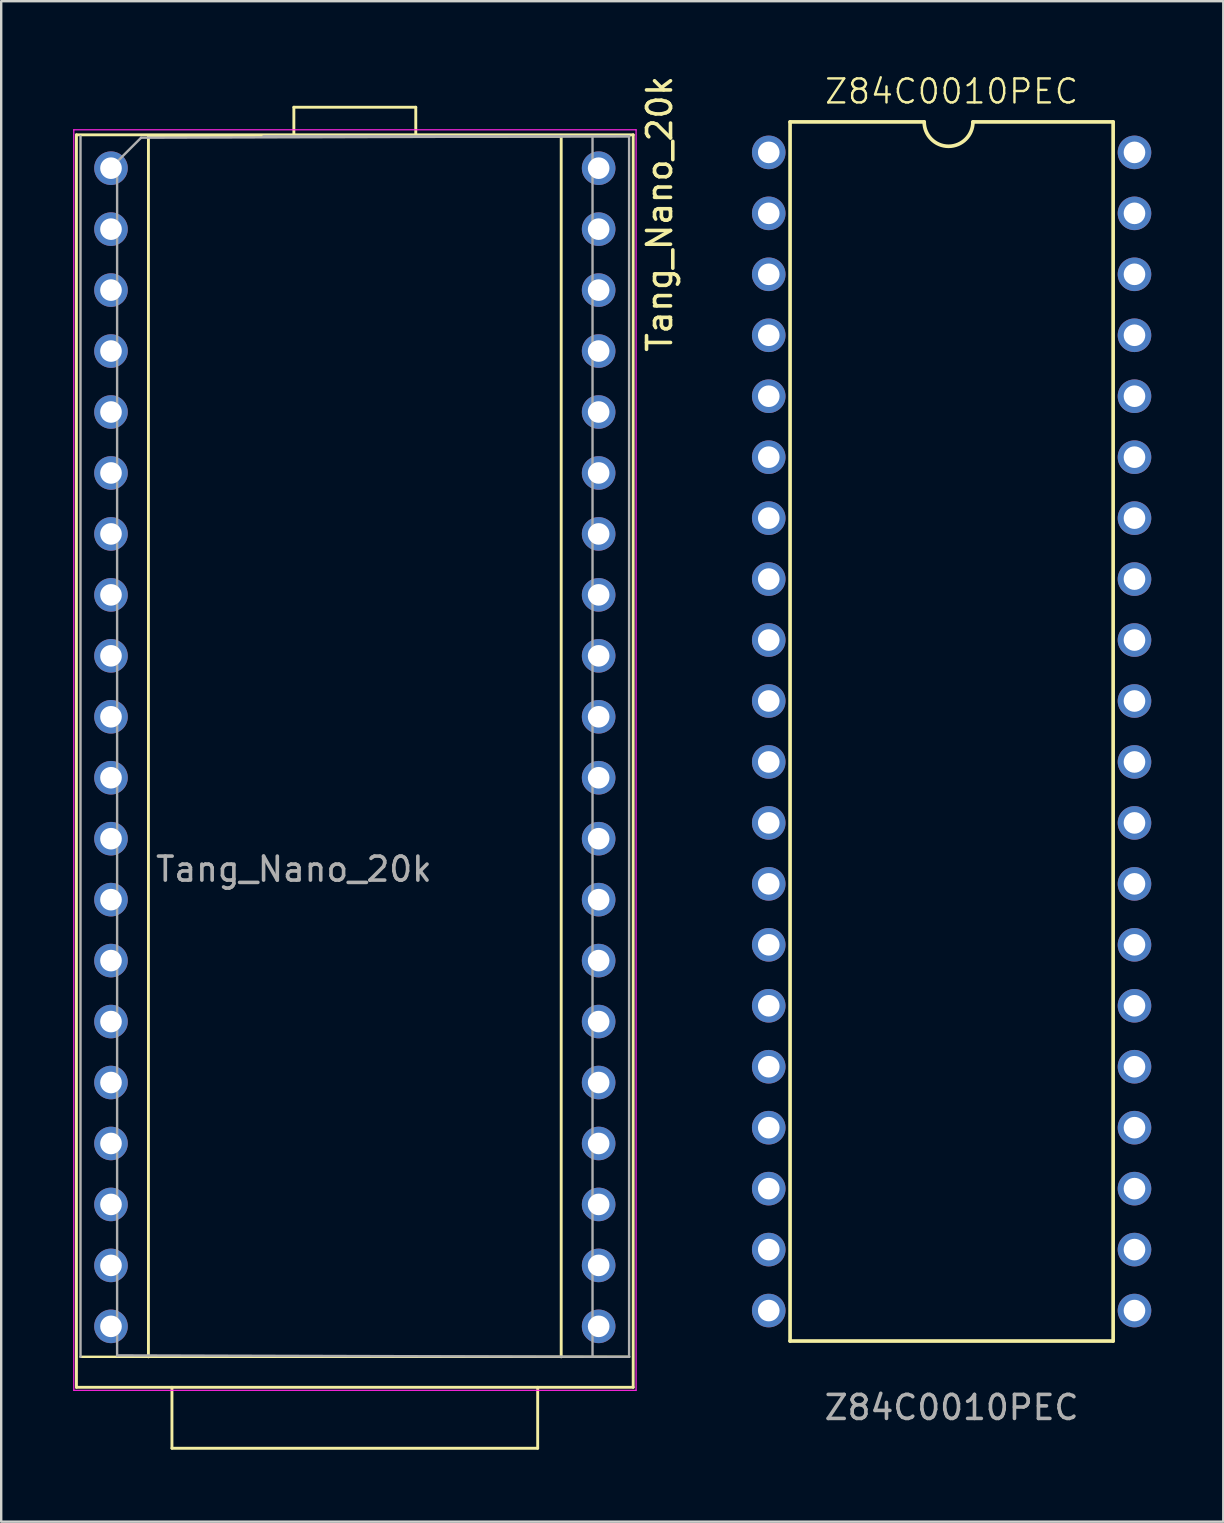
<source format=kicad_pcb>
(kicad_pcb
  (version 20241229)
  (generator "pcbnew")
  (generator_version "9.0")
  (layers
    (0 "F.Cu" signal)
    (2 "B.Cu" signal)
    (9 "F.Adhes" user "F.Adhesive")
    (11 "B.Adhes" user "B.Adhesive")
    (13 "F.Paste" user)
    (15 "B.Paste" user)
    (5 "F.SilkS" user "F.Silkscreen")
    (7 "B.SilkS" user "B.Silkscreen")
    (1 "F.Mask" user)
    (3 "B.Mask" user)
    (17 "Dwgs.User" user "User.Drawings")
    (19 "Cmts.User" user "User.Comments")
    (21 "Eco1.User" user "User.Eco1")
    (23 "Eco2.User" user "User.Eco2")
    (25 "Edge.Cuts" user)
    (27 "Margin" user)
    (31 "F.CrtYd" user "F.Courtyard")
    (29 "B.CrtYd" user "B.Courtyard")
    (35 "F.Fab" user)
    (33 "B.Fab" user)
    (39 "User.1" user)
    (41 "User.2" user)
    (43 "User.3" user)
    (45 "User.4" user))
  (footprint "Tang_Nano_20k"
    (layer "F.Cu")
    (at 1.575 3.958)
    (property "Reference" "Tang_Nano_20k" (at 22.86 1.905 90) (layer "F.SilkS") (effects (font (size 1 1) (thickness 0.15))))
    (attr through_hole)
    (fp_line (start -1.44 -1.39) (end -1.44 50.8) (stroke (width 0.12) (type solid)) (layer "F.SilkS"))
    (fp_line (start -1.44 50.8) (end 21.76 50.8) (stroke (width 0.12) (type solid)) (layer "F.SilkS"))
    (fp_line (start -1.27 49.53) (end 21.59 49.53) (stroke (width 0.1) (type solid)) (layer "F.SilkS"))
    (fp_line (start 1.56 -1.33) (end 1.56 49.53) (stroke (width 0.12) (type solid)) (layer "F.SilkS"))
    (fp_line (start 2.54 50.8) (end 2.54 53.34) (stroke (width 0.12) (type solid)) (layer "F.SilkS"))
    (fp_line (start 2.54 53.34) (end 17.78 53.34) (stroke (width 0.12) (type solid)) (layer "F.SilkS"))
    (fp_line (start 7.62 -2.54) (end 12.7 -2.54) (stroke (width 0.12) (type solid)) (layer "F.SilkS"))
    (fp_line (start 7.62 -1.33) (end 7.62 -2.54) (stroke (width 0.12) (type solid)) (layer "F.SilkS"))
    (fp_line (start 12.7 -2.54) (end 12.7 -1.397) (stroke (width 0.12) (type solid)) (layer "F.SilkS"))
    (fp_line (start 16.51 -1.33) (end 1.56 -1.33) (stroke (width 0.12) (type solid)) (layer "F.SilkS"))
    (fp_line (start 17.78 53.34) (end 17.78 50.8) (stroke (width 0.12) (type solid)) (layer "F.SilkS"))
    (fp_line (start 18.76 -1.33) (end 13.7 -1.33) (stroke (width 0.12) (type solid)) (layer "F.SilkS"))
    (fp_line (start 18.76 49.53) (end 18.76 -1.33) (stroke (width 0.12) (type solid)) (layer "F.SilkS"))
    (fp_line (start 21.76 -1.39) (end -1.44 -1.39) (stroke (width 0.12) (type solid)) (layer "F.SilkS"))
    (fp_line (start 21.76 50.8) (end 21.76 -1.39) (stroke (width 0.12) (type solid)) (layer "F.SilkS"))
    (fp_line (start -1.55 -1.6) (end -1.55 50.927) (stroke (width 0.05) (type solid)) (layer "F.CrtYd"))
    (fp_line (start -1.55 50.927) (end 21.88 50.927) (stroke (width 0.05) (type solid)) (layer "F.CrtYd"))
    (fp_line (start 21.88 -1.6) (end -1.55 -1.6) (stroke (width 0.05) (type solid)) (layer "F.CrtYd"))
    (fp_line (start 21.88 50.927) (end 21.88 -1.6) (stroke (width 0.05) (type solid)) (layer "F.CrtYd"))
    (fp_line (start -1.27 -1.33) (end -1.27 49.53) (stroke (width 0.1) (type solid)) (layer "F.Fab"))
    (fp_line (start 0.255 -0.27) (end 1.255 -1.27) (stroke (width 0.1) (type solid)) (layer "F.Fab"))
    (fp_line (start 0.255 49.47) (end 0.255 -0.27) (stroke (width 0.1) (type solid)) (layer "F.Fab"))
    (fp_line (start 1.255 -1.27) (end 21.59 -1.33) (stroke (width 0.1) (type solid)) (layer "F.Fab"))
    (fp_line (start 20.065 -1.27) (end 20.065 49.53) (stroke (width 0.1) (type solid)) (layer "F.Fab"))
    (fp_line (start 21.59 -1.33) (end 6.35 -1.33) (stroke (width 0.1) (type solid)) (layer "F.Fab"))
    (fp_line (start 21.59 49.53) (end 0.255 49.47) (stroke (width 0.1) (type solid)) (layer "F.Fab"))
    (fp_line (start 21.59 49.53) (end 21.59 -1.33) (stroke (width 0.1) (type solid)) (layer "F.Fab"))
    (fp_text user "${REFERENCE}" (at 7.62 29.21 0) (layer "F.Fab") (effects (font (size 1 1) (thickness 0.15))))
    (pad "1" thru_hole circle (at 0 0) (size 1.4 1.4) (drill 0.9) (layers "*.Cu" "*.Mask"))
    (pad "2" thru_hole circle (at 0 2.54) (size 1.4 1.4) (drill 0.9) (layers "*.Cu" "*.Mask"))
    (pad "3" thru_hole circle (at 0 5.08) (size 1.4 1.4) (drill 0.9) (layers "*.Cu" "*.Mask"))
    (pad "4" thru_hole circle (at 0 7.62) (size 1.4 1.4) (drill 0.9) (layers "*.Cu" "*.Mask"))
    (pad "5" thru_hole circle (at 0 10.16) (size 1.4 1.4) (drill 0.9) (layers "*.Cu" "*.Mask"))
    (pad "6" thru_hole circle (at 0 12.7) (size 1.4 1.4) (drill 0.9) (layers "*.Cu" "*.Mask"))
    (pad "7" thru_hole circle (at 0 15.24) (size 1.4 1.4) (drill 0.9) (layers "*.Cu" "*.Mask"))
    (pad "8" thru_hole circle (at 0 17.78) (size 1.4 1.4) (drill 0.9) (layers "*.Cu" "*.Mask"))
    (pad "9" thru_hole circle (at 0 20.32) (size 1.4 1.4) (drill 0.9) (layers "*.Cu" "*.Mask"))
    (pad "10" thru_hole circle (at 0 22.86) (size 1.4 1.4) (drill 0.9) (layers "*.Cu" "*.Mask"))
    (pad "11" thru_hole circle (at 0 25.4) (size 1.4 1.4) (drill 0.9) (layers "*.Cu" "*.Mask"))
    (pad "12" thru_hole circle (at 0 27.94) (size 1.4 1.4) (drill 0.9) (layers "*.Cu" "*.Mask"))
    (pad "13" thru_hole circle (at 0 30.48) (size 1.4 1.4) (drill 0.9) (layers "*.Cu" "*.Mask"))
    (pad "14" thru_hole circle (at 0 33.02) (size 1.4 1.4) (drill 0.9) (layers "*.Cu" "*.Mask"))
    (pad "15" thru_hole circle (at 0 35.56) (size 1.4 1.4) (drill 0.9) (layers "*.Cu" "*.Mask"))
    (pad "16" thru_hole circle (at 0 38.1) (size 1.4 1.4) (drill 0.9) (layers "*.Cu" "*.Mask"))
    (pad "17" thru_hole circle (at 0 40.64) (size 1.4 1.4) (drill 0.9) (layers "*.Cu" "*.Mask"))
    (pad "18" thru_hole circle (at 0 43.18) (size 1.4 1.4) (drill 0.9) (layers "*.Cu" "*.Mask"))
    (pad "19" thru_hole circle (at 0 45.72) (size 1.4 1.4) (drill 0.9) (layers "*.Cu" "*.Mask"))
    (pad "20" thru_hole circle (at 0 48.26) (size 1.4 1.4) (drill 0.9) (layers "*.Cu" "*.Mask"))
    (pad "21" thru_hole circle (at 20.32 48.26) (size 1.4 1.4) (drill 0.9) (layers "*.Cu" "*.Mask"))
    (pad "22" thru_hole circle (at 20.32 45.72) (size 1.4 1.4) (drill 0.9) (layers "*.Cu" "*.Mask"))
    (pad "23" thru_hole circle (at 20.32 43.18) (size 1.4 1.4) (drill 0.9) (layers "*.Cu" "*.Mask"))
    (pad "24" thru_hole circle (at 20.32 40.64) (size 1.4 1.4) (drill 0.9) (layers "*.Cu" "*.Mask"))
    (pad "25" thru_hole circle (at 20.32 38.1) (size 1.4 1.4) (drill 0.9) (layers "*.Cu" "*.Mask"))
    (pad "26" thru_hole circle (at 20.32 35.56) (size 1.4 1.4) (drill 0.9) (layers "*.Cu" "*.Mask"))
    (pad "27" thru_hole circle (at 20.32 33.02) (size 1.4 1.4) (drill 0.9) (layers "*.Cu" "*.Mask"))
    (pad "28" thru_hole circle (at 20.32 30.48) (size 1.4 1.4) (drill 0.9) (layers "*.Cu" "*.Mask"))
    (pad "29" thru_hole circle (at 20.32 27.94) (size 1.4 1.4) (drill 0.9) (layers "*.Cu" "*.Mask"))
    (pad "30" thru_hole circle (at 20.32 25.4) (size 1.4 1.4) (drill 0.9) (layers "*.Cu" "*.Mask"))
    (pad "31" thru_hole circle (at 20.32 22.86) (size 1.4 1.4) (drill 0.9) (layers "*.Cu" "*.Mask"))
    (pad "32" thru_hole circle (at 20.32 20.32) (size 1.4 1.4) (drill 0.9) (layers "*.Cu" "*.Mask"))
    (pad "33" thru_hole circle (at 20.32 17.78) (size 1.4 1.4) (drill 0.9) (layers "*.Cu" "*.Mask"))
    (pad "34" thru_hole circle (at 20.32 15.24) (size 1.4 1.4) (drill 0.9) (layers "*.Cu" "*.Mask"))
    (pad "35" thru_hole circle (at 20.32 12.7) (size 1.4 1.4) (drill 0.9) (layers "*.Cu" "*.Mask"))
    (pad "36" thru_hole circle (at 20.32 10.16) (size 1.4 1.4) (drill 0.9) (layers "*.Cu" "*.Mask"))
    (pad "37" thru_hole circle (at 20.32 7.62) (size 1.4 1.4) (drill 0.9) (layers "*.Cu" "*.Mask"))
    (pad "38" thru_hole circle (at 20.32 5.08) (size 1.4 1.4) (drill 0.9) (layers "*.Cu" "*.Mask"))
    (pad "39" thru_hole circle (at 20.32 2.54) (size 1.4 1.4) (drill 0.9) (layers "*.Cu" "*.Mask"))
    (pad "40" thru_hole circle (at 20.32 0) (size 1.4 1.4) (drill 0.9) (layers "*.Cu" "*.Mask")))
  (footprint "Z84C0010PEC"
    (layer "F.Cu")
    (at 36.603 2.03)
    (property "Reference" "Z84C0010PEC" (at 0 -1.27 0) (unlocked yes) (layer "F.SilkS") (effects (font (size 1 1) (thickness 0.1))))
    (attr smd)
    (fp_line (start -6.731 0) (end -6.731 50.8) (stroke (width 0.152) (type solid)) (layer "F.SilkS"))
    (fp_line (start -6.731 0) (end -1.143 0) (stroke (width 0.152) (type solid)) (layer "F.SilkS"))
    (fp_line (start 6.731 0) (end 0.889 0) (stroke (width 0.152) (type solid)) (layer "F.SilkS"))
    (fp_line (start 6.731 50.8) (end -6.731 50.8) (stroke (width 0.152) (type solid)) (layer "F.SilkS"))
    (fp_line (start 6.731 50.8) (end 6.731 0) (stroke (width 0.152) (type solid)) (layer "F.SilkS"))
    (fp_arc (start 0.889 0) (mid -0.127 1.016) (end -1.143 0) (stroke (width 0.1524) (type solid)) (layer "F.SilkS"))
    (fp_text user "${REFERENCE}" (at 0 53.57 0) (unlocked yes) (layer "F.Fab") (effects (font (size 1 1) (thickness 0.15))))
    (pad "1" thru_hole circle (at -7.62 1.27 270) (size 1.4 1.4) (drill 0.9) (layers "*.Cu" "*.Mask"))
    (pad "2" thru_hole circle (at -7.62 3.81 270) (size 1.4 1.4) (drill 0.9) (layers "*.Cu" "*.Mask"))
    (pad "3" thru_hole circle (at -7.62 6.35 270) (size 1.4 1.4) (drill 0.9) (layers "*.Cu" "*.Mask"))
    (pad "4" thru_hole circle (at -7.62 8.89 270) (size 1.4 1.4) (drill 0.9) (layers "*.Cu" "*.Mask"))
    (pad "5" thru_hole circle (at -7.62 11.43 270) (size 1.4 1.4) (drill 0.9) (layers "*.Cu" "*.Mask"))
    (pad "6" thru_hole circle (at -7.62 13.97 270) (size 1.4 1.4) (drill 0.9) (layers "*.Cu" "*.Mask"))
    (pad "7" thru_hole circle (at -7.62 16.51 270) (size 1.4 1.4) (drill 0.9) (layers "*.Cu" "*.Mask"))
    (pad "8" thru_hole circle (at -7.62 19.05 270) (size 1.4 1.4) (drill 0.9) (layers "*.Cu" "*.Mask"))
    (pad "9" thru_hole circle (at -7.62 21.59 270) (size 1.4 1.4) (drill 0.9) (layers "*.Cu" "*.Mask"))
    (pad "10" thru_hole circle (at -7.62 24.13 270) (size 1.4 1.4) (drill 0.9) (layers "*.Cu" "*.Mask"))
    (pad "11" thru_hole circle (at -7.62 26.67 270) (size 1.4 1.4) (drill 0.9) (layers "*.Cu" "*.Mask"))
    (pad "12" thru_hole circle (at -7.62 29.21 270) (size 1.4 1.4) (drill 0.9) (layers "*.Cu" "*.Mask"))
    (pad "13" thru_hole circle (at -7.62 31.75 270) (size 1.4 1.4) (drill 0.9) (layers "*.Cu" "*.Mask"))
    (pad "14" thru_hole circle (at -7.62 34.29 270) (size 1.4 1.4) (drill 0.9) (layers "*.Cu" "*.Mask"))
    (pad "15" thru_hole circle (at -7.62 36.83 270) (size 1.4 1.4) (drill 0.9) (layers "*.Cu" "*.Mask"))
    (pad "16" thru_hole circle (at -7.62 39.37 270) (size 1.4 1.4) (drill 0.9) (layers "*.Cu" "*.Mask"))
    (pad "17" thru_hole circle (at -7.62 41.91 270) (size 1.4 1.4) (drill 0.9) (layers "*.Cu" "*.Mask"))
    (pad "18" thru_hole circle (at -7.62 44.45 270) (size 1.4 1.4) (drill 0.9) (layers "*.Cu" "*.Mask"))
    (pad "19" thru_hole circle (at -7.62 46.99 270) (size 1.4 1.4) (drill 0.9) (layers "*.Cu" "*.Mask"))
    (pad "20" thru_hole circle (at -7.62 49.53 270) (size 1.4 1.4) (drill 0.9) (layers "*.Cu" "*.Mask"))
    (pad "21" thru_hole circle (at 7.62 49.53 270) (size 1.4 1.4) (drill 0.9) (layers "*.Cu" "*.Mask"))
    (pad "22" thru_hole circle (at 7.62 46.99 270) (size 1.4 1.4) (drill 0.9) (layers "*.Cu" "*.Mask"))
    (pad "23" thru_hole circle (at 7.62 44.45 270) (size 1.4 1.4) (drill 0.9) (layers "*.Cu" "*.Mask"))
    (pad "24" thru_hole circle (at 7.62 41.91 270) (size 1.4 1.4) (drill 0.9) (layers "*.Cu" "*.Mask"))
    (pad "25" thru_hole circle (at 7.62 39.37 270) (size 1.4 1.4) (drill 0.9) (layers "*.Cu" "*.Mask"))
    (pad "26" thru_hole circle (at 7.62 36.83 270) (size 1.4 1.4) (drill 0.9) (layers "*.Cu" "*.Mask"))
    (pad "27" thru_hole circle (at 7.62 34.29 270) (size 1.4 1.4) (drill 0.9) (layers "*.Cu" "*.Mask"))
    (pad "28" thru_hole circle (at 7.62 31.75 270) (size 1.4 1.4) (drill 0.9) (layers "*.Cu" "*.Mask"))
    (pad "29" thru_hole circle (at 7.62 29.21 270) (size 1.4 1.4) (drill 0.9) (layers "*.Cu" "*.Mask"))
    (pad "30" thru_hole circle (at 7.62 26.67 270) (size 1.4 1.4) (drill 0.9) (layers "*.Cu" "*.Mask"))
    (pad "31" thru_hole circle (at 7.62 24.13 270) (size 1.4 1.4) (drill 0.9) (layers "*.Cu" "*.Mask"))
    (pad "32" thru_hole circle (at 7.62 21.59 270) (size 1.4 1.4) (drill 0.9) (layers "*.Cu" "*.Mask"))
    (pad "33" thru_hole circle (at 7.62 19.05 270) (size 1.4 1.4) (drill 0.9) (layers "*.Cu" "*.Mask"))
    (pad "34" thru_hole circle (at 7.62 16.51 270) (size 1.4 1.4) (drill 0.9) (layers "*.Cu" "*.Mask"))
    (pad "35" thru_hole circle (at 7.62 13.97 270) (size 1.4 1.4) (drill 0.9) (layers "*.Cu" "*.Mask"))
    (pad "36" thru_hole circle (at 7.62 11.43 270) (size 1.4 1.4) (drill 0.9) (layers "*.Cu" "*.Mask"))
    (pad "37" thru_hole circle (at 7.62 8.89 270) (size 1.4 1.4) (drill 0.9) (layers "*.Cu" "*.Mask"))
    (pad "38" thru_hole circle (at 7.62 6.35 270) (size 1.4 1.4) (drill 0.9) (layers "*.Cu" "*.Mask"))
    (pad "39" thru_hole circle (at 7.62 3.81 270) (size 1.4 1.4) (drill 0.9) (layers "*.Cu" "*.Mask"))
    (pad "40" thru_hole circle (at 7.62 1.27 270) (size 1.4 1.4) (drill 0.9) (layers "*.Cu" "*.Mask")))
  (gr_rect
    (start -3 -3)
    (end 47.923 60.358)
    (stroke (width 0.1) (type default))
    (fill no)
    (layer "Edge.Cuts")))
</source>
